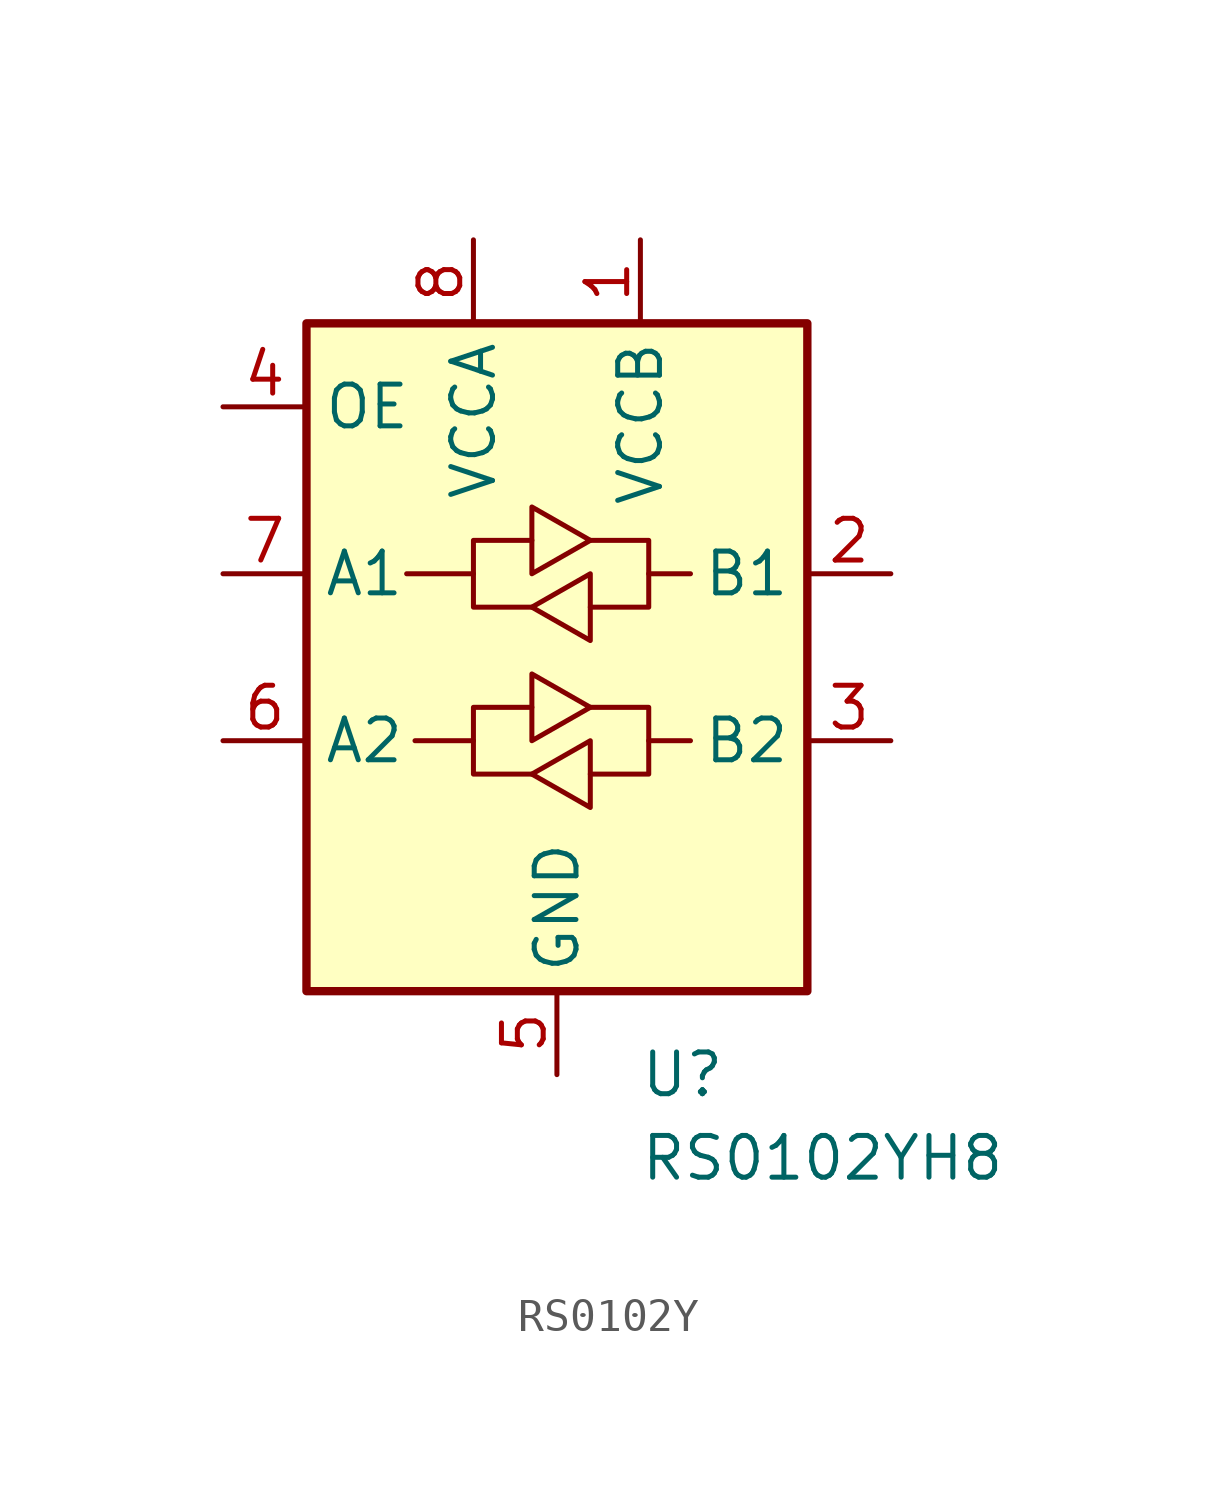
<source format=kicad_sym>
(kicad_symbol_lib
  (version 20231120)
  (generator "kicad_symbol_editor")
  (generator_version "8.0")
  (symbol "RS0102Y"
    (property "Reference" "U"
      (at 2.512 -12.7 0)
      (effects (font (size 1.27 1.27)) (justify left)))
    (property "Value" "RS0102YH8"
      (at 2.512 -15.24 0)
      (effects (font (size 1.27 1.27)) (justify left)))
    (symbol "RS0102Y_0_1"
      (rectangle (start -7.62 10.16) (end 7.62 -10.16) (stroke (width 0.254) (type default)) (fill (type background)))
      (polyline (pts (xy -2.54 -2.54) (xy -2.54 -1.524) (xy -0.762 -1.524)) (stroke (width 0) (type default)) (fill (type none)))
      (polyline (pts (xy -2.54 2.54) (xy -2.54 3.556) (xy -0.762 3.556)) (stroke (width 0) (type default)) (fill (type none)))
      (polyline (pts (xy 2.794 -2.54) (xy 2.794 -3.556) (xy 1.016 -3.556)) (stroke (width 0) (type default)) (fill (type none)))
      (polyline (pts (xy 2.794 2.54) (xy 2.794 1.524) (xy 1.016 1.524)) (stroke (width 0) (type default)) (fill (type none)))
      (polyline (pts (xy -0.762 -3.556) (xy -2.54 -3.556) (xy -2.54 -2.54) (xy -4.318 -2.54)) (stroke (width 0) (type default)) (fill (type none)))
      (polyline (pts (xy -0.762 -2.54) (xy -0.762 -0.508) (xy 1.016 -1.524) (xy -0.762 -2.54)) (stroke (width 0) (type default)) (fill (type background)))
      (polyline (pts (xy -0.762 1.524) (xy -2.54 1.524) (xy -2.54 2.54) (xy -4.572 2.54)) (stroke (width 0) (type default)) (fill (type none)))
      (polyline (pts (xy -0.762 2.54) (xy -0.762 4.572) (xy 1.016 3.556) (xy -0.762 2.54)) (stroke (width 0) (type default)) (fill (type none)))
      (polyline (pts (xy 1.016 -2.54) (xy 1.016 -4.572) (xy -0.762 -3.556) (xy 1.016 -2.54)) (stroke (width 0) (type default)) (fill (type none)))
      (polyline (pts (xy 1.016 -1.524) (xy 2.794 -1.524) (xy 2.794 -2.54) (xy 4.064 -2.54)) (stroke (width 0) (type default)) (fill (type none)))
      (polyline (pts (xy 1.016 3.556) (xy 2.794 3.556) (xy 2.794 2.54) (xy 4.064 2.54)) (stroke (width 0) (type default)) (fill (type none)))
      (polyline (pts (xy 1.016 2.54) (xy 1.016 0.762) (xy 1.016 0.508) (xy -0.762 1.524) (xy 1.016 2.54)) (stroke (width 0) (type default)) (fill (type none))))
    (symbol "RS0102Y_1_1"
      (pin power_in line (at 2.54 12.7 270) (length 2.54) (name "VCCB" (effects (font (size 1.27 1.27)))) (number "1" (effects (font (size 1.27 1.27)))))
      (pin bidirectional line (at 10.16 2.54 180) (length 2.54) (name "B1" (effects (font (size 1.27 1.27)))) (number "2" (effects (font (size 1.27 1.27)))))
      (pin bidirectional line (at 10.16 -2.54 180) (length 2.54) (name "B2" (effects (font (size 1.27 1.27)))) (number "3" (effects (font (size 1.27 1.27)))))
      (pin input line (at -10.16 7.62 0) (length 2.54) (name "OE" (effects (font (size 1.27 1.27)))) (number "4" (effects (font (size 1.27 1.27)))))
      (pin power_in line (at 0 -12.7 90) (length 2.54) (name "GND" (effects (font (size 1.27 1.27)))) (number "5" (effects (font (size 1.27 1.27)))))
      (pin bidirectional line (at -10.16 -2.54 0) (length 2.54) (name "A2" (effects (font (size 1.27 1.27)))) (number "6" (effects (font (size 1.27 1.27)))))
      (pin bidirectional line (at -10.16 2.54 0) (length 2.54) (name "A1" (effects (font (size 1.27 1.27)))) (number "7" (effects (font (size 1.27 1.27)))))
      (pin power_in line (at -2.54 12.7 270) (length 2.54) (name "VCCA" (effects (font (size 1.27 1.27)))) (number "8" (effects (font (size 1.27 1.27))))))))
</source>
